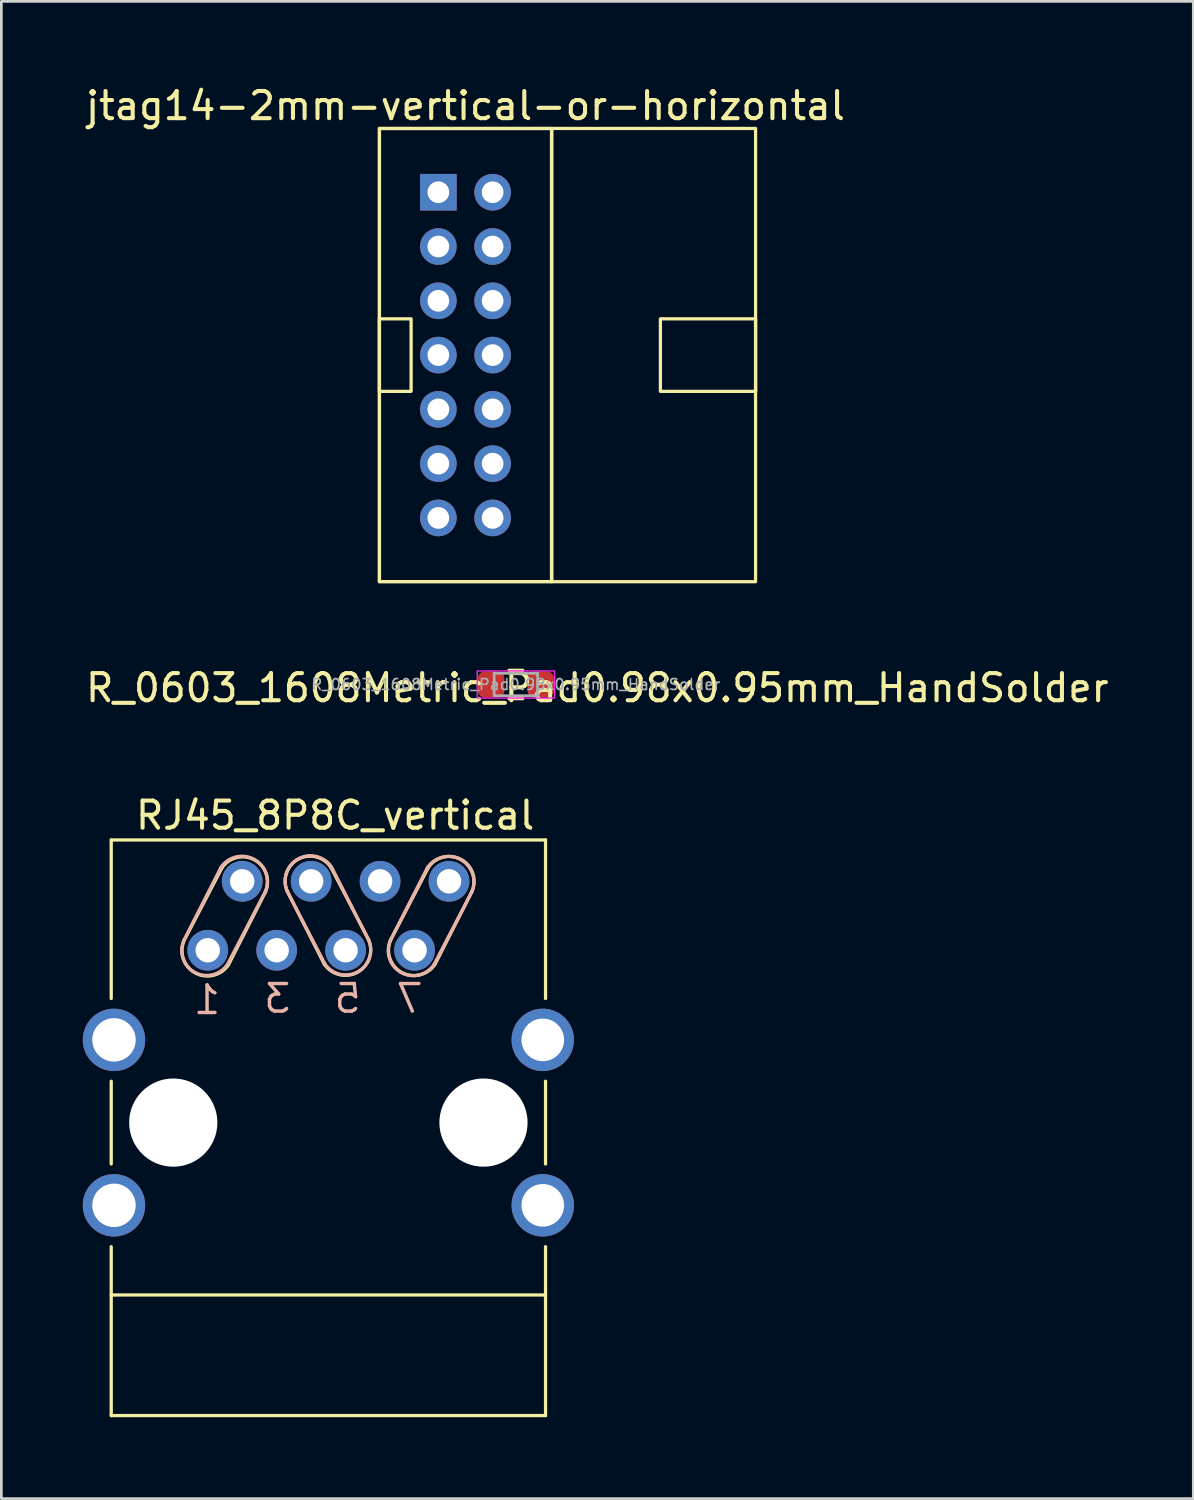
<source format=kicad_pcb>
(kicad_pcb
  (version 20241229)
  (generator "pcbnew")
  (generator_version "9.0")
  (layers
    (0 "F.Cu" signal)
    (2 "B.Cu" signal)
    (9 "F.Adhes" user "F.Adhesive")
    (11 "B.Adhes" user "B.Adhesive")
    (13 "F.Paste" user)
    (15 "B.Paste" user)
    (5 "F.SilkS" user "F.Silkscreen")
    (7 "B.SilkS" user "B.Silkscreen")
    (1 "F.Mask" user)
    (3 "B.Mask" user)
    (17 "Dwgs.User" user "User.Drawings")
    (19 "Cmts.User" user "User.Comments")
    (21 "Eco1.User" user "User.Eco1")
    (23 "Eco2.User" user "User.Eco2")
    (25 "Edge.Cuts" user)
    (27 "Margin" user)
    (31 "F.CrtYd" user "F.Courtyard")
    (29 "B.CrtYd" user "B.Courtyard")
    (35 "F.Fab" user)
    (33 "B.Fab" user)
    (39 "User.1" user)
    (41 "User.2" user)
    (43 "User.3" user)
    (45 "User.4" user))
  (footprint "jtag14-2mm-vertical-or-horizontal"
    (layer "F.Cu")
    (at 14.101 10.033)
    (property "Reference" "jtag14-2mm-vertical-or-horizontal" (at 0 -9.185 0) (layer "F.SilkS") (effects (font (size 1 1) (thickness 0.15))))
    (attr through_hole)
    (fp_rect (start -3.173 -8.35) (end 3.173 8.35) (stroke (width 0.127) (type solid)) (fill no) (layer "F.SilkS"))
    (fp_rect (start -2.004 -1.336) (end -3.173 1.336) (stroke (width 0.12) (type solid)) (fill no) (layer "F.SilkS"))
    (fp_rect (start 3.173 -8.35) (end 10.688 8.35) (stroke (width 0.12) (type solid)) (fill no) (layer "F.SilkS"))
    (fp_rect (start 10.688 -1.336) (end 7.181 1.336) (stroke (width 0.12) (type solid)) (fill no) (layer "F.SilkS"))
    (pad "1" thru_hole rect (at -1 -6) (size 1.35 1.35) (drill 0.8) (layers "*.Cu" "*.Mask"))
    (pad "2" thru_hole oval (at 1 -6) (size 1.35 1.35) (drill 0.8) (layers "*.Cu" "*.Mask"))
    (pad "3" thru_hole oval (at -1 -4) (size 1.35 1.35) (drill 0.8) (layers "*.Cu" "*.Mask"))
    (pad "4" thru_hole oval (at 1 -4) (size 1.35 1.35) (drill 0.8) (layers "*.Cu" "*.Mask"))
    (pad "5" thru_hole oval (at -1 -2) (size 1.35 1.35) (drill 0.8) (layers "*.Cu" "*.Mask"))
    (pad "6" thru_hole oval (at 1 -2) (size 1.35 1.35) (drill 0.8) (layers "*.Cu" "*.Mask"))
    (pad "7" thru_hole oval (at -1 0) (size 1.35 1.35) (drill 0.8) (layers "*.Cu" "*.Mask"))
    (pad "8" thru_hole oval (at 1 0) (size 1.35 1.35) (drill 0.8) (layers "*.Cu" "*.Mask"))
    (pad "9" thru_hole oval (at -1 2) (size 1.35 1.35) (drill 0.8) (layers "*.Cu" "*.Mask"))
    (pad "10" thru_hole oval (at 1 2) (size 1.35 1.35) (drill 0.8) (layers "*.Cu" "*.Mask"))
    (pad "11" thru_hole oval (at -1 4) (size 1.35 1.35) (drill 0.8) (layers "*.Cu" "*.Mask"))
    (pad "12" thru_hole oval (at 1 4) (size 1.35 1.35) (drill 0.8) (layers "*.Cu" "*.Mask"))
    (pad "13" thru_hole oval (at -1 6) (size 1.35 1.35) (drill 0.8) (layers "*.Cu" "*.Mask"))
    (pad "14" thru_hole oval (at 1 6) (size 1.35 1.35) (drill 0.8) (layers "*.Cu" "*.Mask")))
  (footprint "RJ45_8P8C_vertical"
    (layer "F.Cu")
    (at 9.049 30.692)
    (property "Reference" "RJ45_8P8C_vertical" (at 0.25 -3.7 0) (layer "F.SilkS") (effects (font (size 1 1) (thickness 0.15))))
    (attr through_hole)
    (fp_line (start -8.001 -2.794) (end 8.001 -2.794) (stroke (width 0.12) (type solid)) (layer "F.SilkS"))
    (fp_line (start -8.001 3.048) (end -8.001 -2.794) (stroke (width 0.12) (type solid)) (layer "F.SilkS"))
    (fp_line (start -8.001 6.096) (end -8.001 9.144) (stroke (width 0.12) (type solid)) (layer "F.SilkS"))
    (fp_line (start -8.001 12.192) (end -8.001 18.415) (stroke (width 0.12) (type solid)) (layer "F.SilkS"))
    (fp_line (start -8.001 13.97) (end 8.001 13.97) (stroke (width 0.12) (type solid)) (layer "F.SilkS"))
    (fp_line (start -8.001 18.415) (end 8.001 18.415) (stroke (width 0.12) (type solid)) (layer "F.SilkS"))
    (fp_line (start -3.926 -1.761) (end -5.306 0.889) (stroke (width 0.12) (type solid)) (layer "F.SilkS"))
    (fp_line (start -2.314 -0.889) (end -3.68 1.803) (stroke (width 0.12) (type solid)) (layer "F.SilkS"))
    (fp_line (start -1.518 -0.914) (end -0.152 1.778) (stroke (width 0.12) (type solid)) (layer "F.SilkS"))
    (fp_line (start 0.094 -1.787) (end 1.473 0.864) (stroke (width 0.12) (type solid)) (layer "F.SilkS"))
    (fp_line (start 3.683 -1.778) (end 2.303 0.872) (stroke (width 0.12) (type solid)) (layer "F.SilkS"))
    (fp_line (start 5.295 -0.906) (end 3.929 1.787) (stroke (width 0.12) (type solid)) (layer "F.SilkS"))
    (fp_line (start 8.001 -2.794) (end 8.001 3.048) (stroke (width 0.12) (type solid)) (layer "F.SilkS"))
    (fp_line (start 8.001 6.096) (end 8.001 9.144) (stroke (width 0.12) (type solid)) (layer "F.SilkS"))
    (fp_line (start 8.001 18.415) (end 8.001 12.192) (stroke (width 0.12) (type solid)) (layer "F.SilkS"))
    (fp_arc (start -3.926116 -1.761179) (mid -2.722143 -2.060689) (end -2.314299 -0.888972) (stroke (width 0.12) (type solid)) (layer "F.SilkS"))
    (fp_arc (start -3.680101 1.803373) (mid -4.916716 2.099622) (end -5.305701 0.888973) (stroke (width 0.12) (type solid)) (layer "F.SilkS"))
    (fp_arc (start -1.518202 -0.914345) (mid -1.110358 -2.086062) (end 0.093615 -1.786552) (stroke (width 0.12) (type solid)) (layer "F.SilkS"))
    (fp_arc (start 1.4732 0.8636) (mid 1.084215 2.074249) (end -0.1524 1.778) (stroke (width 0.12) (type solid)) (layer "F.SilkS"))
    (fp_arc (start 3.683 -1.778) (mid 4.886971 -2.077507) (end 5.294817 -0.905793) (stroke (width 0.12) (type solid)) (layer "F.SilkS"))
    (fp_arc (start 3.929015 1.786552) (mid 2.692406 2.082795) (end 2.303415 0.872152) (stroke (width 0.12) (type solid)) (layer "F.SilkS"))
    (fp_line (start -5.328 0.914) (end -3.962 -1.778) (stroke (width 0.12) (type solid)) (layer "B.SilkS"))
    (fp_line (start -3.716 1.787) (end -2.337 -0.864) (stroke (width 0.12) (type solid)) (layer "B.SilkS"))
    (fp_line (start -0.128 1.77) (end -1.507 -0.88) (stroke (width 0.12) (type solid)) (layer "B.SilkS"))
    (fp_line (start 1.484 0.898) (end 0.118 -1.795) (stroke (width 0.12) (type solid)) (layer "B.SilkS"))
    (fp_line (start 2.28 0.923) (end 3.646 -1.769) (stroke (width 0.12) (type solid)) (layer "B.SilkS"))
    (fp_line (start 3.892 1.795) (end 5.272 -0.855) (stroke (width 0.12) (type solid)) (layer "B.SilkS"))
    (fp_arc (start -3.9624 -1.778) (mid -2.725785 -2.074249) (end -2.3368 -0.8636) (stroke (width 0.12) (type solid)) (layer "B.SilkS"))
    (fp_arc (start -3.716385 1.786552) (mid -4.920358 2.086062) (end -5.328202 0.914345) (stroke (width 0.12) (type solid)) (layer "B.SilkS"))
    (fp_arc (start -1.507318 -0.880366) (mid -1.118333 -2.091015) (end 0.118282 -1.794766) (stroke (width 0.12) (type solid)) (layer "B.SilkS"))
    (fp_arc (start 1.484084 0.897579) (mid 1.07624 2.069296) (end -0.127733 1.769786) (stroke (width 0.12) (type solid)) (layer "B.SilkS"))
    (fp_arc (start 3.645983 -1.769393) (mid 4.882595 -2.065637) (end 5.271583 -0.854993) (stroke (width 0.12) (type solid)) (layer "B.SilkS"))
    (fp_arc (start 3.891998 1.795159) (mid 2.68803 2.094665) (end 2.280181 0.922952) (stroke (width 0.12) (type solid)) (layer "B.SilkS"))
    (fp_text user "7" (at 2.997 3.048 0) (unlocked yes) (layer "B.SilkS") (effects (font (size 1.016 1.016) (thickness 0.127)) (justify mirror)))
    (fp_text user "1" (at -4.47 3.099 0) (unlocked yes) (layer "B.SilkS") (effects (font (size 1.016 1.016) (thickness 0.127)) (justify mirror)))
    (fp_text user "3" (at -1.88 3.048 0) (unlocked yes) (layer "B.SilkS") (effects (font (size 1.016 1.016) (thickness 0.127)) (justify mirror)))
    (fp_text user "5" (at 0.711 3.048 0) (unlocked yes) (layer "B.SilkS") (effects (font (size 1.016 1.016) (thickness 0.127)) (justify mirror)))
    (pad "" np_thru_hole circle (at -5.715 7.62) (size 3.25 3.25) (drill 3.25) (layers "*.Cu" "*.Mask"))
    (pad "" np_thru_hole circle (at 5.715 7.62) (size 3.25 3.25) (drill 3.25) (layers "*.Cu" "*.Mask"))
    (pad "1" thru_hole circle (at -4.445 1.27) (size 1.5 1.5) (drill 0.9) (layers "*.Cu" "*.Mask"))
    (pad "2" thru_hole circle (at -3.175 -1.27) (size 1.5 1.5) (drill 0.9) (layers "*.Cu" "*.Mask"))
    (pad "3" thru_hole circle (at -1.905 1.27) (size 1.5 1.5) (drill 0.9) (layers "*.Cu" "*.Mask"))
    (pad "4" thru_hole circle (at -0.635 -1.27) (size 1.5 1.5) (drill 0.9) (layers "*.Cu" "*.Mask"))
    (pad "5" thru_hole circle (at 0.635 1.27) (size 1.5 1.5) (drill 0.9) (layers "*.Cu" "*.Mask"))
    (pad "6" thru_hole circle (at 1.905 -1.27) (size 1.5 1.5) (drill 0.9) (layers "*.Cu" "*.Mask"))
    (pad "7" thru_hole circle (at 3.175 1.27) (size 1.5 1.5) (drill 0.9) (layers "*.Cu" "*.Mask"))
    (pad "8" thru_hole circle (at 4.445 -1.27) (size 1.5 1.5) (drill 0.9) (layers "*.Cu" "*.Mask"))
    (pad "SH" thru_hole circle (at -7.899 4.572) (size 2.3 2.3) (drill 1.6) (layers "*.Cu" "*.Mask"))
    (pad "SH" thru_hole circle (at -7.899 10.668) (size 2.3 2.3) (drill 1.6) (layers "*.Cu" "*.Mask"))
    (pad "SH" thru_hole circle (at 7.899 4.572) (size 2.3 2.3) (drill 1.57) (layers "*.Cu" "*.Mask"))
    (pad "SH" thru_hole circle (at 7.899 10.668) (size 2.3 2.3) (drill 1.57) (layers "*.Cu" "*.Mask")))
  (footprint "R_0603_1608Metric_Pad0.98x0.95mm_HandSolder"
    (layer "F.Cu")
    (at 15.958 22.17)
    (property "Reference" "R_0603_1608Metric_Pad0.98x0.95mm_HandSolder" (at 3 0.125 180) (layer "F.SilkS") (effects (font (size 1 1) (thickness 0.15))))
    (attr smd)
    (fp_line (start -0.255 -0.522) (end 0.255 -0.522) (stroke (width 0.12) (type solid)) (layer "F.SilkS"))
    (fp_line (start -0.255 0.522) (end 0.255 0.522) (stroke (width 0.12) (type solid)) (layer "F.SilkS"))
    (fp_rect (start -1.425 -0.5) (end 1.425 0.5) (stroke (width 0.05) (type default)) (fill no) (layer "F.CrtYd"))
    (fp_line (start -0.8 -0.412) (end 0.8 -0.412) (stroke (width 0.1) (type solid)) (layer "F.Fab"))
    (fp_line (start -0.8 0.412) (end -0.8 -0.412) (stroke (width 0.1) (type solid)) (layer "F.Fab"))
    (fp_line (start 0.8 -0.412) (end 0.8 0.412) (stroke (width 0.1) (type solid)) (layer "F.Fab"))
    (fp_line (start 0.8 0.412) (end -0.8 0.412) (stroke (width 0.1) (type solid)) (layer "F.Fab"))
    (fp_text user "${REFERENCE}" (at 0 0 180) (layer "F.Fab") (effects (font (size 0.4 0.4) (thickness 0.06))))
    (pad "1" smd roundrect (at -0.912 0) (size 0.975 0.95) (layers "F.Cu" "F.Mask" "F.Paste") (roundrect_rratio 0.25))
    (pad "2" smd roundrect (at 0.912 0) (size 0.975 0.95) (layers "F.Cu" "F.Mask" "F.Paste") (roundrect_rratio 0.25)))
  (gr_rect
    (start -3 -3)
    (end 40.917 52.166)
    (stroke (width 0.1) (type default))
    (fill no)
    (layer "Edge.Cuts")))
</source>
